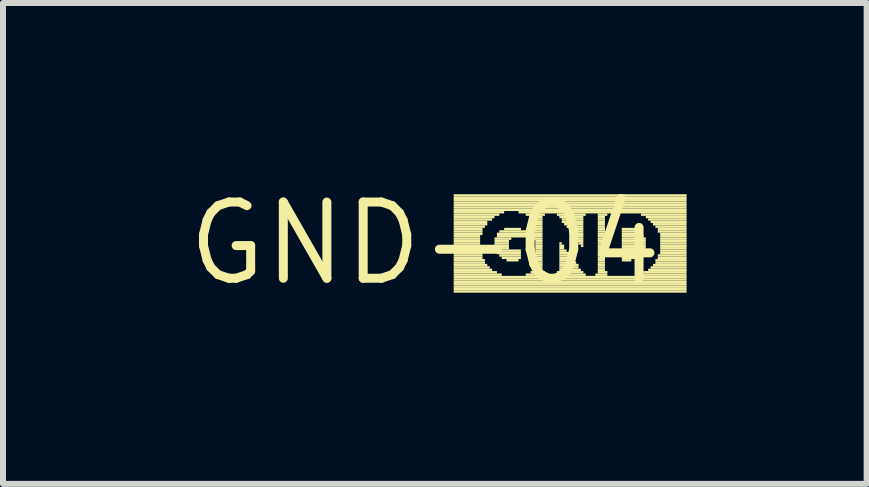
<source format=kicad_pcb>
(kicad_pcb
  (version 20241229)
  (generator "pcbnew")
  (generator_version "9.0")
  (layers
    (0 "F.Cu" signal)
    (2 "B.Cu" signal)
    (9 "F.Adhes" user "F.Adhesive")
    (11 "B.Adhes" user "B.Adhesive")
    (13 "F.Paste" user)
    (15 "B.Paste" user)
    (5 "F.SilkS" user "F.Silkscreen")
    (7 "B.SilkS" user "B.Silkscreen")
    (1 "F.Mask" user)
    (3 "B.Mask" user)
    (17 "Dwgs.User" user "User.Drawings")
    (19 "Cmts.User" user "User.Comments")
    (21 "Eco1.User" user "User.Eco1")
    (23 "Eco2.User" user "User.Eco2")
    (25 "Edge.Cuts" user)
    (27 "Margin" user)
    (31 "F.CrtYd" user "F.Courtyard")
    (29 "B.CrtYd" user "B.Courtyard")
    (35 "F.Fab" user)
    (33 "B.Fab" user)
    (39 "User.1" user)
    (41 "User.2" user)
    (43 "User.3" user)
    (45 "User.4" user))
  (footprint "GND-04"
    (layer "F.Cu")
    (at 4.029 1.006)
    (property "Reference" "GND-04" (at 0 0 0) (layer "F.SilkS") (effects (font (size 1.27 1.27) (thickness 0.15))))
    (fp_poly (pts (xy 0.48 -0.78) (xy 4.36 -0.78) (xy 4.36 -0.82) (xy 0.48 -0.82)) (stroke (width 0) (type solid)) (fill yes) (layer "F.SilkS"))
    (fp_poly (pts (xy 0.48 -0.74) (xy 4.36 -0.74) (xy 4.36 -0.78) (xy 0.48 -0.78)) (stroke (width 0) (type solid)) (fill yes) (layer "F.SilkS"))
    (fp_poly (pts (xy 0.48 -0.7) (xy 4.36 -0.7) (xy 4.36 -0.74) (xy 0.48 -0.74)) (stroke (width 0) (type solid)) (fill yes) (layer "F.SilkS"))
    (fp_poly (pts (xy 0.48 -0.66) (xy 4.36 -0.66) (xy 4.36 -0.7) (xy 0.48 -0.7)) (stroke (width 0) (type solid)) (fill yes) (layer "F.SilkS"))
    (fp_poly (pts (xy 0.48 -0.62) (xy 4.36 -0.62) (xy 4.36 -0.66) (xy 0.48 -0.66)) (stroke (width 0) (type solid)) (fill yes) (layer "F.SilkS"))
    (fp_poly (pts (xy 0.48 -0.58) (xy 4.36 -0.58) (xy 4.36 -0.62) (xy 0.48 -0.62)) (stroke (width 0) (type solid)) (fill yes) (layer "F.SilkS"))
    (fp_poly (pts (xy 0.48 -0.54) (xy 4.36 -0.54) (xy 4.36 -0.58) (xy 0.48 -0.58)) (stroke (width 0) (type solid)) (fill yes) (layer "F.SilkS"))
    (fp_poly (pts (xy 0.48 -0.5) (xy 1.32 -0.5) (xy 1.32 -0.54) (xy 0.48 -0.54)) (stroke (width 0) (type solid)) (fill yes) (layer "F.SilkS"))
    (fp_poly (pts (xy 0.48 -0.46) (xy 1.24 -0.46) (xy 1.24 -0.5) (xy 0.48 -0.5)) (stroke (width 0) (type solid)) (fill yes) (layer "F.SilkS"))
    (fp_poly (pts (xy 0.48 -0.42) (xy 1.16 -0.42) (xy 1.16 -0.46) (xy 0.48 -0.46)) (stroke (width 0) (type solid)) (fill yes) (layer "F.SilkS"))
    (fp_poly (pts (xy 0.48 -0.38) (xy 1.12 -0.38) (xy 1.12 -0.42) (xy 0.48 -0.42)) (stroke (width 0) (type solid)) (fill yes) (layer "F.SilkS"))
    (fp_poly (pts (xy 0.48 -0.34) (xy 1.04 -0.34) (xy 1.04 -0.38) (xy 0.48 -0.38)) (stroke (width 0) (type solid)) (fill yes) (layer "F.SilkS"))
    (fp_poly (pts (xy 0.48 -0.3) (xy 1.04 -0.3) (xy 1.04 -0.34) (xy 0.48 -0.34)) (stroke (width 0) (type solid)) (fill yes) (layer "F.SilkS"))
    (fp_poly (pts (xy 0.48 -0.26) (xy 1 -0.26) (xy 1 -0.3) (xy 0.48 -0.3)) (stroke (width 0) (type solid)) (fill yes) (layer "F.SilkS"))
    (fp_poly (pts (xy 0.48 -0.22) (xy 0.96 -0.22) (xy 0.96 -0.26) (xy 0.48 -0.26)) (stroke (width 0) (type solid)) (fill yes) (layer "F.SilkS"))
    (fp_poly (pts (xy 0.48 -0.18) (xy 0.96 -0.18) (xy 0.96 -0.22) (xy 0.48 -0.22)) (stroke (width 0) (type solid)) (fill yes) (layer "F.SilkS"))
    (fp_poly (pts (xy 0.48 -0.14) (xy 0.96 -0.14) (xy 0.96 -0.18) (xy 0.48 -0.18)) (stroke (width 0) (type solid)) (fill yes) (layer "F.SilkS"))
    (fp_poly (pts (xy 0.48 -0.1) (xy 0.92 -0.1) (xy 0.92 -0.14) (xy 0.48 -0.14)) (stroke (width 0) (type solid)) (fill yes) (layer "F.SilkS"))
    (fp_poly (pts (xy 0.48 -0.06) (xy 0.92 -0.06) (xy 0.92 -0.1) (xy 0.48 -0.1)) (stroke (width 0) (type solid)) (fill yes) (layer "F.SilkS"))
    (fp_poly (pts (xy 0.48 -0.02) (xy 0.92 -0.02) (xy 0.92 -0.06) (xy 0.48 -0.06)) (stroke (width 0) (type solid)) (fill yes) (layer "F.SilkS"))
    (fp_poly (pts (xy 0.48 0.02) (xy 0.92 0.02) (xy 0.92 -0.02) (xy 0.48 -0.02)) (stroke (width 0) (type solid)) (fill yes) (layer "F.SilkS"))
    (fp_poly (pts (xy 0.48 0.06) (xy 0.92 0.06) (xy 0.92 0.02) (xy 0.48 0.02)) (stroke (width 0) (type solid)) (fill yes) (layer "F.SilkS"))
    (fp_poly (pts (xy 0.48 0.1) (xy 0.92 0.1) (xy 0.92 0.06) (xy 0.48 0.06)) (stroke (width 0) (type solid)) (fill yes) (layer "F.SilkS"))
    (fp_poly (pts (xy 0.48 0.14) (xy 0.92 0.14) (xy 0.92 0.1) (xy 0.48 0.1)) (stroke (width 0) (type solid)) (fill yes) (layer "F.SilkS"))
    (fp_poly (pts (xy 0.48 0.18) (xy 0.96 0.18) (xy 0.96 0.14) (xy 0.48 0.14)) (stroke (width 0) (type solid)) (fill yes) (layer "F.SilkS"))
    (fp_poly (pts (xy 0.48 0.22) (xy 0.96 0.22) (xy 0.96 0.18) (xy 0.48 0.18)) (stroke (width 0) (type solid)) (fill yes) (layer "F.SilkS"))
    (fp_poly (pts (xy 0.48 0.26) (xy 0.96 0.26) (xy 0.96 0.22) (xy 0.48 0.22)) (stroke (width 0) (type solid)) (fill yes) (layer "F.SilkS"))
    (fp_poly (pts (xy 0.48 0.3) (xy 1 0.3) (xy 1 0.26) (xy 0.48 0.26)) (stroke (width 0) (type solid)) (fill yes) (layer "F.SilkS"))
    (fp_poly (pts (xy 0.48 0.34) (xy 1 0.34) (xy 1 0.3) (xy 0.48 0.3)) (stroke (width 0) (type solid)) (fill yes) (layer "F.SilkS"))
    (fp_poly (pts (xy 0.48 0.38) (xy 1.04 0.38) (xy 1.04 0.34) (xy 0.48 0.34)) (stroke (width 0) (type solid)) (fill yes) (layer "F.SilkS"))
    (fp_poly (pts (xy 0.48 0.42) (xy 1.08 0.42) (xy 1.08 0.38) (xy 0.48 0.38)) (stroke (width 0) (type solid)) (fill yes) (layer "F.SilkS"))
    (fp_poly (pts (xy 0.48 0.46) (xy 1.12 0.46) (xy 1.12 0.42) (xy 0.48 0.42)) (stroke (width 0) (type solid)) (fill yes) (layer "F.SilkS"))
    (fp_poly (pts (xy 0.48 0.5) (xy 1.2 0.5) (xy 1.2 0.46) (xy 0.48 0.46)) (stroke (width 0) (type solid)) (fill yes) (layer "F.SilkS"))
    (fp_poly (pts (xy 0.48 0.54) (xy 1.28 0.54) (xy 1.28 0.5) (xy 0.48 0.5)) (stroke (width 0) (type solid)) (fill yes) (layer "F.SilkS"))
    (fp_poly (pts (xy 0.48 0.58) (xy 4.36 0.58) (xy 4.36 0.54) (xy 0.48 0.54)) (stroke (width 0) (type solid)) (fill yes) (layer "F.SilkS"))
    (fp_poly (pts (xy 0.48 0.62) (xy 4.36 0.62) (xy 4.36 0.58) (xy 0.48 0.58)) (stroke (width 0) (type solid)) (fill yes) (layer "F.SilkS"))
    (fp_poly (pts (xy 0.48 0.66) (xy 4.36 0.66) (xy 4.36 0.62) (xy 0.48 0.62)) (stroke (width 0) (type solid)) (fill yes) (layer "F.SilkS"))
    (fp_poly (pts (xy 0.48 0.7) (xy 4.36 0.7) (xy 4.36 0.66) (xy 0.48 0.66)) (stroke (width 0) (type solid)) (fill yes) (layer "F.SilkS"))
    (fp_poly (pts (xy 0.48 0.74) (xy 4.36 0.74) (xy 4.36 0.7) (xy 0.48 0.7)) (stroke (width 0) (type solid)) (fill yes) (layer "F.SilkS"))
    (fp_poly (pts (xy 0.48 0.78) (xy 4.36 0.78) (xy 4.36 0.74) (xy 0.48 0.74)) (stroke (width 0) (type solid)) (fill yes) (layer "F.SilkS"))
    (fp_poly (pts (xy 0.48 0.82) (xy 4.36 0.82) (xy 4.36 0.78) (xy 0.48 0.78)) (stroke (width 0) (type solid)) (fill yes) (layer "F.SilkS"))
    (fp_poly (pts (xy 1.16 -0.06) (xy 1.44 -0.06) (xy 1.44 -0.1) (xy 1.16 -0.1)) (stroke (width 0) (type solid)) (fill yes) (layer "F.SilkS"))
    (fp_poly (pts (xy 1.16 -0.02) (xy 1.4 -0.02) (xy 1.4 -0.06) (xy 1.16 -0.06)) (stroke (width 0) (type solid)) (fill yes) (layer "F.SilkS"))
    (fp_poly (pts (xy 1.16 0.02) (xy 1.4 0.02) (xy 1.4 -0.02) (xy 1.16 -0.02)) (stroke (width 0) (type solid)) (fill yes) (layer "F.SilkS"))
    (fp_poly (pts (xy 1.16 0.06) (xy 1.4 0.06) (xy 1.4 0.02) (xy 1.16 0.02)) (stroke (width 0) (type solid)) (fill yes) (layer "F.SilkS"))
    (fp_poly (pts (xy 1.16 0.1) (xy 1.4 0.1) (xy 1.4 0.06) (xy 1.16 0.06)) (stroke (width 0) (type solid)) (fill yes) (layer "F.SilkS"))
    (fp_poly (pts (xy 1.2 -0.14) (xy 1.96 -0.14) (xy 1.96 -0.18) (xy 1.2 -0.18)) (stroke (width 0) (type solid)) (fill yes) (layer "F.SilkS"))
    (fp_poly (pts (xy 1.2 -0.1) (xy 1.96 -0.1) (xy 1.96 -0.14) (xy 1.2 -0.14)) (stroke (width 0) (type solid)) (fill yes) (layer "F.SilkS"))
    (fp_poly (pts (xy 1.2 0.14) (xy 1.6 0.14) (xy 1.6 0.1) (xy 1.2 0.1)) (stroke (width 0) (type solid)) (fill yes) (layer "F.SilkS"))
    (fp_poly (pts (xy 1.2 0.18) (xy 1.6 0.18) (xy 1.6 0.14) (xy 1.2 0.14)) (stroke (width 0) (type solid)) (fill yes) (layer "F.SilkS"))
    (fp_poly (pts (xy 1.24 -0.18) (xy 1.96 -0.18) (xy 1.96 -0.22) (xy 1.24 -0.22)) (stroke (width 0) (type solid)) (fill yes) (layer "F.SilkS"))
    (fp_poly (pts (xy 1.24 0.22) (xy 1.6 0.22) (xy 1.6 0.18) (xy 1.24 0.18)) (stroke (width 0) (type solid)) (fill yes) (layer "F.SilkS"))
    (fp_poly (pts (xy 1.28 0.26) (xy 1.6 0.26) (xy 1.6 0.22) (xy 1.28 0.22)) (stroke (width 0) (type solid)) (fill yes) (layer "F.SilkS"))
    (fp_poly (pts (xy 1.32 -0.22) (xy 1.6 -0.22) (xy 1.6 -0.26) (xy 1.32 -0.26)) (stroke (width 0) (type solid)) (fill yes) (layer "F.SilkS"))
    (fp_poly (pts (xy 1.36 0.3) (xy 1.56 0.3) (xy 1.56 0.26) (xy 1.36 0.26)) (stroke (width 0) (type solid)) (fill yes) (layer "F.SilkS"))
    (fp_poly (pts (xy 1.56 -0.5) (xy 4.36 -0.5) (xy 4.36 -0.54) (xy 1.56 -0.54)) (stroke (width 0) (type solid)) (fill yes) (layer "F.SilkS"))
    (fp_poly (pts (xy 1.68 -0.46) (xy 2 -0.46) (xy 2 -0.5) (xy 1.68 -0.5)) (stroke (width 0) (type solid)) (fill yes) (layer "F.SilkS"))
    (fp_poly (pts (xy 1.68 0.54) (xy 2 0.54) (xy 2 0.5) (xy 1.68 0.5)) (stroke (width 0) (type solid)) (fill yes) (layer "F.SilkS"))
    (fp_poly (pts (xy 1.76 -0.42) (xy 1.96 -0.42) (xy 1.96 -0.46) (xy 1.76 -0.46)) (stroke (width 0) (type solid)) (fill yes) (layer "F.SilkS"))
    (fp_poly (pts (xy 1.76 -0.22) (xy 1.96 -0.22) (xy 1.96 -0.26) (xy 1.76 -0.26)) (stroke (width 0) (type solid)) (fill yes) (layer "F.SilkS"))
    (fp_poly (pts (xy 1.76 0.5) (xy 2 0.5) (xy 2 0.46) (xy 1.76 0.46)) (stroke (width 0) (type solid)) (fill yes) (layer "F.SilkS"))
    (fp_poly (pts (xy 1.8 -0.38) (xy 1.96 -0.38) (xy 1.96 -0.42) (xy 1.8 -0.42)) (stroke (width 0) (type solid)) (fill yes) (layer "F.SilkS"))
    (fp_poly (pts (xy 1.8 -0.34) (xy 1.96 -0.34) (xy 1.96 -0.38) (xy 1.8 -0.38)) (stroke (width 0) (type solid)) (fill yes) (layer "F.SilkS"))
    (fp_poly (pts (xy 1.8 -0.3) (xy 1.96 -0.3) (xy 1.96 -0.34) (xy 1.8 -0.34)) (stroke (width 0) (type solid)) (fill yes) (layer "F.SilkS"))
    (fp_poly (pts (xy 1.8 -0.26) (xy 1.96 -0.26) (xy 1.96 -0.3) (xy 1.8 -0.3)) (stroke (width 0) (type solid)) (fill yes) (layer "F.SilkS"))
    (fp_poly (pts (xy 1.8 -0.06) (xy 1.96 -0.06) (xy 1.96 -0.1) (xy 1.8 -0.1)) (stroke (width 0) (type solid)) (fill yes) (layer "F.SilkS"))
    (fp_poly (pts (xy 1.8 0.46) (xy 1.96 0.46) (xy 1.96 0.42) (xy 1.8 0.42)) (stroke (width 0) (type solid)) (fill yes) (layer "F.SilkS"))
    (fp_poly (pts (xy 1.84 -0.02) (xy 1.96 -0.02) (xy 1.96 -0.06) (xy 1.84 -0.06)) (stroke (width 0) (type solid)) (fill yes) (layer "F.SilkS"))
    (fp_poly (pts (xy 1.84 0.02) (xy 1.96 0.02) (xy 1.96 -0.02) (xy 1.84 -0.02)) (stroke (width 0) (type solid)) (fill yes) (layer "F.SilkS"))
    (fp_poly (pts (xy 1.84 0.06) (xy 1.96 0.06) (xy 1.96 0.02) (xy 1.84 0.02)) (stroke (width 0) (type solid)) (fill yes) (layer "F.SilkS"))
    (fp_poly (pts (xy 1.84 0.1) (xy 1.96 0.1) (xy 1.96 0.06) (xy 1.84 0.06)) (stroke (width 0) (type solid)) (fill yes) (layer "F.SilkS"))
    (fp_poly (pts (xy 1.84 0.14) (xy 1.96 0.14) (xy 1.96 0.1) (xy 1.84 0.1)) (stroke (width 0) (type solid)) (fill yes) (layer "F.SilkS"))
    (fp_poly (pts (xy 1.84 0.18) (xy 1.96 0.18) (xy 1.96 0.14) (xy 1.84 0.14)) (stroke (width 0) (type solid)) (fill yes) (layer "F.SilkS"))
    (fp_poly (pts (xy 1.84 0.22) (xy 1.96 0.22) (xy 1.96 0.18) (xy 1.84 0.18)) (stroke (width 0) (type solid)) (fill yes) (layer "F.SilkS"))
    (fp_poly (pts (xy 1.84 0.26) (xy 1.96 0.26) (xy 1.96 0.22) (xy 1.84 0.22)) (stroke (width 0) (type solid)) (fill yes) (layer "F.SilkS"))
    (fp_poly (pts (xy 1.84 0.3) (xy 1.96 0.3) (xy 1.96 0.26) (xy 1.84 0.26)) (stroke (width 0) (type solid)) (fill yes) (layer "F.SilkS"))
    (fp_poly (pts (xy 1.84 0.34) (xy 1.96 0.34) (xy 1.96 0.3) (xy 1.84 0.3)) (stroke (width 0) (type solid)) (fill yes) (layer "F.SilkS"))
    (fp_poly (pts (xy 1.84 0.38) (xy 1.96 0.38) (xy 1.96 0.34) (xy 1.84 0.34)) (stroke (width 0) (type solid)) (fill yes) (layer "F.SilkS"))
    (fp_poly (pts (xy 1.84 0.42) (xy 1.96 0.42) (xy 1.96 0.38) (xy 1.84 0.38)) (stroke (width 0) (type solid)) (fill yes) (layer "F.SilkS"))
    (fp_poly (pts (xy 2.2 -0.46) (xy 2.68 -0.46) (xy 2.68 -0.5) (xy 2.2 -0.5)) (stroke (width 0) (type solid)) (fill yes) (layer "F.SilkS"))
    (fp_poly (pts (xy 2.2 0.5) (xy 2.64 0.5) (xy 2.64 0.46) (xy 2.2 0.46)) (stroke (width 0) (type solid)) (fill yes) (layer "F.SilkS"))
    (fp_poly (pts (xy 2.2 0.54) (xy 2.68 0.54) (xy 2.68 0.5) (xy 2.2 0.5)) (stroke (width 0) (type solid)) (fill yes) (layer "F.SilkS"))
    (fp_poly (pts (xy 2.24 -0.42) (xy 2.64 -0.42) (xy 2.64 -0.46) (xy 2.24 -0.46)) (stroke (width 0) (type solid)) (fill yes) (layer "F.SilkS"))
    (fp_poly (pts (xy 2.24 0.02) (xy 2.28 0.02) (xy 2.28 -0.02) (xy 2.24 -0.02)) (stroke (width 0) (type solid)) (fill yes) (layer "F.SilkS"))
    (fp_poly (pts (xy 2.24 0.06) (xy 2.32 0.06) (xy 2.32 0.02) (xy 2.24 0.02)) (stroke (width 0) (type solid)) (fill yes) (layer "F.SilkS"))
    (fp_poly (pts (xy 2.24 0.1) (xy 2.32 0.1) (xy 2.32 0.06) (xy 2.24 0.06)) (stroke (width 0) (type solid)) (fill yes) (layer "F.SilkS"))
    (fp_poly (pts (xy 2.24 0.14) (xy 2.36 0.14) (xy 2.36 0.1) (xy 2.24 0.1)) (stroke (width 0) (type solid)) (fill yes) (layer "F.SilkS"))
    (fp_poly (pts (xy 2.24 0.18) (xy 2.4 0.18) (xy 2.4 0.14) (xy 2.24 0.14)) (stroke (width 0) (type solid)) (fill yes) (layer "F.SilkS"))
    (fp_poly (pts (xy 2.24 0.22) (xy 2.44 0.22) (xy 2.44 0.18) (xy 2.24 0.18)) (stroke (width 0) (type solid)) (fill yes) (layer "F.SilkS"))
    (fp_poly (pts (xy 2.24 0.26) (xy 2.44 0.26) (xy 2.44 0.22) (xy 2.24 0.22)) (stroke (width 0) (type solid)) (fill yes) (layer "F.SilkS"))
    (fp_poly (pts (xy 2.24 0.3) (xy 2.48 0.3) (xy 2.48 0.26) (xy 2.24 0.26)) (stroke (width 0) (type solid)) (fill yes) (layer "F.SilkS"))
    (fp_poly (pts (xy 2.24 0.34) (xy 2.52 0.34) (xy 2.52 0.3) (xy 2.24 0.3)) (stroke (width 0) (type solid)) (fill yes) (layer "F.SilkS"))
    (fp_poly (pts (xy 2.24 0.38) (xy 2.56 0.38) (xy 2.56 0.34) (xy 2.24 0.34)) (stroke (width 0) (type solid)) (fill yes) (layer "F.SilkS"))
    (fp_poly (pts (xy 2.24 0.42) (xy 2.56 0.42) (xy 2.56 0.38) (xy 2.24 0.38)) (stroke (width 0) (type solid)) (fill yes) (layer "F.SilkS"))
    (fp_poly (pts (xy 2.24 0.46) (xy 2.6 0.46) (xy 2.6 0.42) (xy 2.24 0.42)) (stroke (width 0) (type solid)) (fill yes) (layer "F.SilkS"))
    (fp_poly (pts (xy 2.28 -0.38) (xy 2.64 -0.38) (xy 2.64 -0.42) (xy 2.28 -0.42)) (stroke (width 0) (type solid)) (fill yes) (layer "F.SilkS"))
    (fp_poly (pts (xy 2.28 -0.34) (xy 2.64 -0.34) (xy 2.64 -0.38) (xy 2.28 -0.38)) (stroke (width 0) (type solid)) (fill yes) (layer "F.SilkS"))
    (fp_poly (pts (xy 2.32 -0.3) (xy 2.64 -0.3) (xy 2.64 -0.34) (xy 2.32 -0.34)) (stroke (width 0) (type solid)) (fill yes) (layer "F.SilkS"))
    (fp_poly (pts (xy 2.36 -0.26) (xy 2.64 -0.26) (xy 2.64 -0.3) (xy 2.36 -0.3)) (stroke (width 0) (type solid)) (fill yes) (layer "F.SilkS"))
    (fp_poly (pts (xy 2.4 -0.22) (xy 2.64 -0.22) (xy 2.64 -0.26) (xy 2.4 -0.26)) (stroke (width 0) (type solid)) (fill yes) (layer "F.SilkS"))
    (fp_poly (pts (xy 2.4 -0.18) (xy 2.64 -0.18) (xy 2.64 -0.22) (xy 2.4 -0.22)) (stroke (width 0) (type solid)) (fill yes) (layer "F.SilkS"))
    (fp_poly (pts (xy 2.44 -0.14) (xy 2.64 -0.14) (xy 2.64 -0.18) (xy 2.44 -0.18)) (stroke (width 0) (type solid)) (fill yes) (layer "F.SilkS"))
    (fp_poly (pts (xy 2.48 -0.1) (xy 2.64 -0.1) (xy 2.64 -0.14) (xy 2.48 -0.14)) (stroke (width 0) (type solid)) (fill yes) (layer "F.SilkS"))
    (fp_poly (pts (xy 2.52 -0.06) (xy 2.64 -0.06) (xy 2.64 -0.1) (xy 2.52 -0.1)) (stroke (width 0) (type solid)) (fill yes) (layer "F.SilkS"))
    (fp_poly (pts (xy 2.52 -0.02) (xy 2.64 -0.02) (xy 2.64 -0.06) (xy 2.52 -0.06)) (stroke (width 0) (type solid)) (fill yes) (layer "F.SilkS"))
    (fp_poly (pts (xy 2.56 0.02) (xy 2.64 0.02) (xy 2.64 -0.02) (xy 2.56 -0.02)) (stroke (width 0) (type solid)) (fill yes) (layer "F.SilkS"))
    (fp_poly (pts (xy 2.6 0.06) (xy 2.64 0.06) (xy 2.64 0.02) (xy 2.6 0.02)) (stroke (width 0) (type solid)) (fill yes) (layer "F.SilkS"))
    (fp_poly (pts (xy 2.84 0.54) (xy 3.04 0.54) (xy 3.04 0.5) (xy 2.84 0.5)) (stroke (width 0) (type solid)) (fill yes) (layer "F.SilkS"))
    (fp_poly (pts (xy 2.88 -0.46) (xy 3.04 -0.46) (xy 3.04 -0.5) (xy 2.88 -0.5)) (stroke (width 0) (type solid)) (fill yes) (layer "F.SilkS"))
    (fp_poly (pts (xy 2.88 -0.42) (xy 3 -0.42) (xy 3 -0.46) (xy 2.88 -0.46)) (stroke (width 0) (type solid)) (fill yes) (layer "F.SilkS"))
    (fp_poly (pts (xy 2.88 -0.38) (xy 3 -0.38) (xy 3 -0.42) (xy 2.88 -0.42)) (stroke (width 0) (type solid)) (fill yes) (layer "F.SilkS"))
    (fp_poly (pts (xy 2.88 -0.34) (xy 3 -0.34) (xy 3 -0.38) (xy 2.88 -0.38)) (stroke (width 0) (type solid)) (fill yes) (layer "F.SilkS"))
    (fp_poly (pts (xy 2.88 -0.3) (xy 3 -0.3) (xy 3 -0.34) (xy 2.88 -0.34)) (stroke (width 0) (type solid)) (fill yes) (layer "F.SilkS"))
    (fp_poly (pts (xy 2.88 -0.26) (xy 3 -0.26) (xy 3 -0.3) (xy 2.88 -0.3)) (stroke (width 0) (type solid)) (fill yes) (layer "F.SilkS"))
    (fp_poly (pts (xy 2.88 -0.22) (xy 3 -0.22) (xy 3 -0.26) (xy 2.88 -0.26)) (stroke (width 0) (type solid)) (fill yes) (layer "F.SilkS"))
    (fp_poly (pts (xy 2.88 -0.18) (xy 3 -0.18) (xy 3 -0.22) (xy 2.88 -0.22)) (stroke (width 0) (type solid)) (fill yes) (layer "F.SilkS"))
    (fp_poly (pts (xy 2.88 -0.14) (xy 3 -0.14) (xy 3 -0.18) (xy 2.88 -0.18)) (stroke (width 0) (type solid)) (fill yes) (layer "F.SilkS"))
    (fp_poly (pts (xy 2.88 -0.1) (xy 3 -0.1) (xy 3 -0.14) (xy 2.88 -0.14)) (stroke (width 0) (type solid)) (fill yes) (layer "F.SilkS"))
    (fp_poly (pts (xy 2.88 -0.06) (xy 3 -0.06) (xy 3 -0.1) (xy 2.88 -0.1)) (stroke (width 0) (type solid)) (fill yes) (layer "F.SilkS"))
    (fp_poly (pts (xy 2.88 -0.02) (xy 3 -0.02) (xy 3 -0.06) (xy 2.88 -0.06)) (stroke (width 0) (type solid)) (fill yes) (layer "F.SilkS"))
    (fp_poly (pts (xy 2.88 0.02) (xy 3 0.02) (xy 3 -0.02) (xy 2.88 -0.02)) (stroke (width 0) (type solid)) (fill yes) (layer "F.SilkS"))
    (fp_poly (pts (xy 2.88 0.06) (xy 3 0.06) (xy 3 0.02) (xy 2.88 0.02)) (stroke (width 0) (type solid)) (fill yes) (layer "F.SilkS"))
    (fp_poly (pts (xy 2.88 0.1) (xy 3 0.1) (xy 3 0.06) (xy 2.88 0.06)) (stroke (width 0) (type solid)) (fill yes) (layer "F.SilkS"))
    (fp_poly (pts (xy 2.88 0.14) (xy 3 0.14) (xy 3 0.1) (xy 2.88 0.1)) (stroke (width 0) (type solid)) (fill yes) (layer "F.SilkS"))
    (fp_poly (pts (xy 2.88 0.18) (xy 3 0.18) (xy 3 0.14) (xy 2.88 0.14)) (stroke (width 0) (type solid)) (fill yes) (layer "F.SilkS"))
    (fp_poly (pts (xy 2.88 0.22) (xy 3 0.22) (xy 3 0.18) (xy 2.88 0.18)) (stroke (width 0) (type solid)) (fill yes) (layer "F.SilkS"))
    (fp_poly (pts (xy 2.88 0.26) (xy 3 0.26) (xy 3 0.22) (xy 2.88 0.22)) (stroke (width 0) (type solid)) (fill yes) (layer "F.SilkS"))
    (fp_poly (pts (xy 2.88 0.3) (xy 3 0.3) (xy 3 0.26) (xy 2.88 0.26)) (stroke (width 0) (type solid)) (fill yes) (layer "F.SilkS"))
    (fp_poly (pts (xy 2.88 0.34) (xy 3 0.34) (xy 3 0.3) (xy 2.88 0.3)) (stroke (width 0) (type solid)) (fill yes) (layer "F.SilkS"))
    (fp_poly (pts (xy 2.88 0.38) (xy 3 0.38) (xy 3 0.34) (xy 2.88 0.34)) (stroke (width 0) (type solid)) (fill yes) (layer "F.SilkS"))
    (fp_poly (pts (xy 2.88 0.42) (xy 3 0.42) (xy 3 0.38) (xy 2.88 0.38)) (stroke (width 0) (type solid)) (fill yes) (layer "F.SilkS"))
    (fp_poly (pts (xy 2.88 0.46) (xy 3 0.46) (xy 3 0.42) (xy 2.88 0.42)) (stroke (width 0) (type solid)) (fill yes) (layer "F.SilkS"))
    (fp_poly (pts (xy 2.88 0.5) (xy 3.04 0.5) (xy 3.04 0.46) (xy 2.88 0.46)) (stroke (width 0) (type solid)) (fill yes) (layer "F.SilkS"))
    (fp_poly (pts (xy 3.28 -0.22) (xy 3.52 -0.22) (xy 3.52 -0.26) (xy 3.28 -0.26)) (stroke (width 0) (type solid)) (fill yes) (layer "F.SilkS"))
    (fp_poly (pts (xy 3.28 -0.18) (xy 3.56 -0.18) (xy 3.56 -0.22) (xy 3.28 -0.22)) (stroke (width 0) (type solid)) (fill yes) (layer "F.SilkS"))
    (fp_poly (pts (xy 3.28 -0.14) (xy 3.6 -0.14) (xy 3.6 -0.18) (xy 3.28 -0.18)) (stroke (width 0) (type solid)) (fill yes) (layer "F.SilkS"))
    (fp_poly (pts (xy 3.28 -0.1) (xy 3.64 -0.1) (xy 3.64 -0.14) (xy 3.28 -0.14)) (stroke (width 0) (type solid)) (fill yes) (layer "F.SilkS"))
    (fp_poly (pts (xy 3.28 -0.06) (xy 3.68 -0.06) (xy 3.68 -0.1) (xy 3.28 -0.1)) (stroke (width 0) (type solid)) (fill yes) (layer "F.SilkS"))
    (fp_poly (pts (xy 3.28 -0.02) (xy 3.68 -0.02) (xy 3.68 -0.06) (xy 3.28 -0.06)) (stroke (width 0) (type solid)) (fill yes) (layer "F.SilkS"))
    (fp_poly (pts (xy 3.28 0.02) (xy 3.68 0.02) (xy 3.68 -0.02) (xy 3.28 -0.02)) (stroke (width 0) (type solid)) (fill yes) (layer "F.SilkS"))
    (fp_poly (pts (xy 3.28 0.06) (xy 3.68 0.06) (xy 3.68 0.02) (xy 3.28 0.02)) (stroke (width 0) (type solid)) (fill yes) (layer "F.SilkS"))
    (fp_poly (pts (xy 3.28 0.1) (xy 3.68 0.1) (xy 3.68 0.06) (xy 3.28 0.06)) (stroke (width 0) (type solid)) (fill yes) (layer "F.SilkS"))
    (fp_poly (pts (xy 3.28 0.14) (xy 3.64 0.14) (xy 3.64 0.1) (xy 3.28 0.1)) (stroke (width 0) (type solid)) (fill yes) (layer "F.SilkS"))
    (fp_poly (pts (xy 3.28 0.18) (xy 3.64 0.18) (xy 3.64 0.14) (xy 3.28 0.14)) (stroke (width 0) (type solid)) (fill yes) (layer "F.SilkS"))
    (fp_poly (pts (xy 3.28 0.22) (xy 3.6 0.22) (xy 3.6 0.18) (xy 3.28 0.18)) (stroke (width 0) (type solid)) (fill yes) (layer "F.SilkS"))
    (fp_poly (pts (xy 3.28 0.26) (xy 3.56 0.26) (xy 3.56 0.22) (xy 3.28 0.22)) (stroke (width 0) (type solid)) (fill yes) (layer "F.SilkS"))
    (fp_poly (pts (xy 3.28 0.3) (xy 3.44 0.3) (xy 3.44 0.26) (xy 3.28 0.26)) (stroke (width 0) (type solid)) (fill yes) (layer "F.SilkS"))
    (fp_poly (pts (xy 3.52 0.54) (xy 4.36 0.54) (xy 4.36 0.5) (xy 3.52 0.5)) (stroke (width 0) (type solid)) (fill yes) (layer "F.SilkS"))
    (fp_poly (pts (xy 3.6 -0.46) (xy 4.36 -0.46) (xy 4.36 -0.5) (xy 3.6 -0.5)) (stroke (width 0) (type solid)) (fill yes) (layer "F.SilkS"))
    (fp_poly (pts (xy 3.64 0.5) (xy 4.36 0.5) (xy 4.36 0.46) (xy 3.64 0.46)) (stroke (width 0) (type solid)) (fill yes) (layer "F.SilkS"))
    (fp_poly (pts (xy 3.68 -0.42) (xy 4.36 -0.42) (xy 4.36 -0.46) (xy 3.68 -0.46)) (stroke (width 0) (type solid)) (fill yes) (layer "F.SilkS"))
    (fp_poly (pts (xy 3.72 -0.38) (xy 4.36 -0.38) (xy 4.36 -0.42) (xy 3.72 -0.42)) (stroke (width 0) (type solid)) (fill yes) (layer "F.SilkS"))
    (fp_poly (pts (xy 3.72 0.46) (xy 4.36 0.46) (xy 4.36 0.42) (xy 3.72 0.42)) (stroke (width 0) (type solid)) (fill yes) (layer "F.SilkS"))
    (fp_poly (pts (xy 3.76 -0.34) (xy 4.36 -0.34) (xy 4.36 -0.38) (xy 3.76 -0.38)) (stroke (width 0) (type solid)) (fill yes) (layer "F.SilkS"))
    (fp_poly (pts (xy 3.76 0.42) (xy 4.36 0.42) (xy 4.36 0.38) (xy 3.76 0.38)) (stroke (width 0) (type solid)) (fill yes) (layer "F.SilkS"))
    (fp_poly (pts (xy 3.8 -0.3) (xy 4.36 -0.3) (xy 4.36 -0.34) (xy 3.8 -0.34)) (stroke (width 0) (type solid)) (fill yes) (layer "F.SilkS"))
    (fp_poly (pts (xy 3.8 0.38) (xy 4.36 0.38) (xy 4.36 0.34) (xy 3.8 0.34)) (stroke (width 0) (type solid)) (fill yes) (layer "F.SilkS"))
    (fp_poly (pts (xy 3.84 -0.26) (xy 4.36 -0.26) (xy 4.36 -0.3) (xy 3.84 -0.3)) (stroke (width 0) (type solid)) (fill yes) (layer "F.SilkS"))
    (fp_poly (pts (xy 3.84 0.3) (xy 4.36 0.3) (xy 4.36 0.26) (xy 3.84 0.26)) (stroke (width 0) (type solid)) (fill yes) (layer "F.SilkS"))
    (fp_poly (pts (xy 3.84 0.34) (xy 4.36 0.34) (xy 4.36 0.3) (xy 3.84 0.3)) (stroke (width 0) (type solid)) (fill yes) (layer "F.SilkS"))
    (fp_poly (pts (xy 3.88 -0.22) (xy 4.36 -0.22) (xy 4.36 -0.26) (xy 3.88 -0.26)) (stroke (width 0) (type solid)) (fill yes) (layer "F.SilkS"))
    (fp_poly (pts (xy 3.88 -0.18) (xy 4.36 -0.18) (xy 4.36 -0.22) (xy 3.88 -0.22)) (stroke (width 0) (type solid)) (fill yes) (layer "F.SilkS"))
    (fp_poly (pts (xy 3.88 0.22) (xy 4.36 0.22) (xy 4.36 0.18) (xy 3.88 0.18)) (stroke (width 0) (type solid)) (fill yes) (layer "F.SilkS"))
    (fp_poly (pts (xy 3.88 0.26) (xy 4.36 0.26) (xy 4.36 0.22) (xy 3.88 0.22)) (stroke (width 0) (type solid)) (fill yes) (layer "F.SilkS"))
    (fp_poly (pts (xy 3.92 -0.14) (xy 4.36 -0.14) (xy 4.36 -0.18) (xy 3.92 -0.18)) (stroke (width 0) (type solid)) (fill yes) (layer "F.SilkS"))
    (fp_poly (pts (xy 3.92 -0.1) (xy 4.36 -0.1) (xy 4.36 -0.14) (xy 3.92 -0.14)) (stroke (width 0) (type solid)) (fill yes) (layer "F.SilkS"))
    (fp_poly (pts (xy 3.92 -0.06) (xy 4.36 -0.06) (xy 4.36 -0.1) (xy 3.92 -0.1)) (stroke (width 0) (type solid)) (fill yes) (layer "F.SilkS"))
    (fp_poly (pts (xy 3.92 -0.02) (xy 4.36 -0.02) (xy 4.36 -0.06) (xy 3.92 -0.06)) (stroke (width 0) (type solid)) (fill yes) (layer "F.SilkS"))
    (fp_poly (pts (xy 3.92 0.02) (xy 4.36 0.02) (xy 4.36 -0.02) (xy 3.92 -0.02)) (stroke (width 0) (type solid)) (fill yes) (layer "F.SilkS"))
    (fp_poly (pts (xy 3.92 0.06) (xy 4.36 0.06) (xy 4.36 0.02) (xy 3.92 0.02)) (stroke (width 0) (type solid)) (fill yes) (layer "F.SilkS"))
    (fp_poly (pts (xy 3.92 0.1) (xy 4.36 0.1) (xy 4.36 0.06) (xy 3.92 0.06)) (stroke (width 0) (type solid)) (fill yes) (layer "F.SilkS"))
    (fp_poly (pts (xy 3.92 0.14) (xy 4.36 0.14) (xy 4.36 0.1) (xy 3.92 0.1)) (stroke (width 0) (type solid)) (fill yes) (layer "F.SilkS"))
    (fp_poly (pts (xy 3.92 0.18) (xy 4.36 0.18) (xy 4.36 0.14) (xy 3.92 0.14)) (stroke (width 0) (type solid)) (fill yes) (layer "F.SilkS")))
  (gr_rect
    (start -3 -3)
    (end 11.389 5.012)
    (stroke (width 0.1) (type default))
    (fill no)
    (layer "Edge.Cuts")))
</source>
